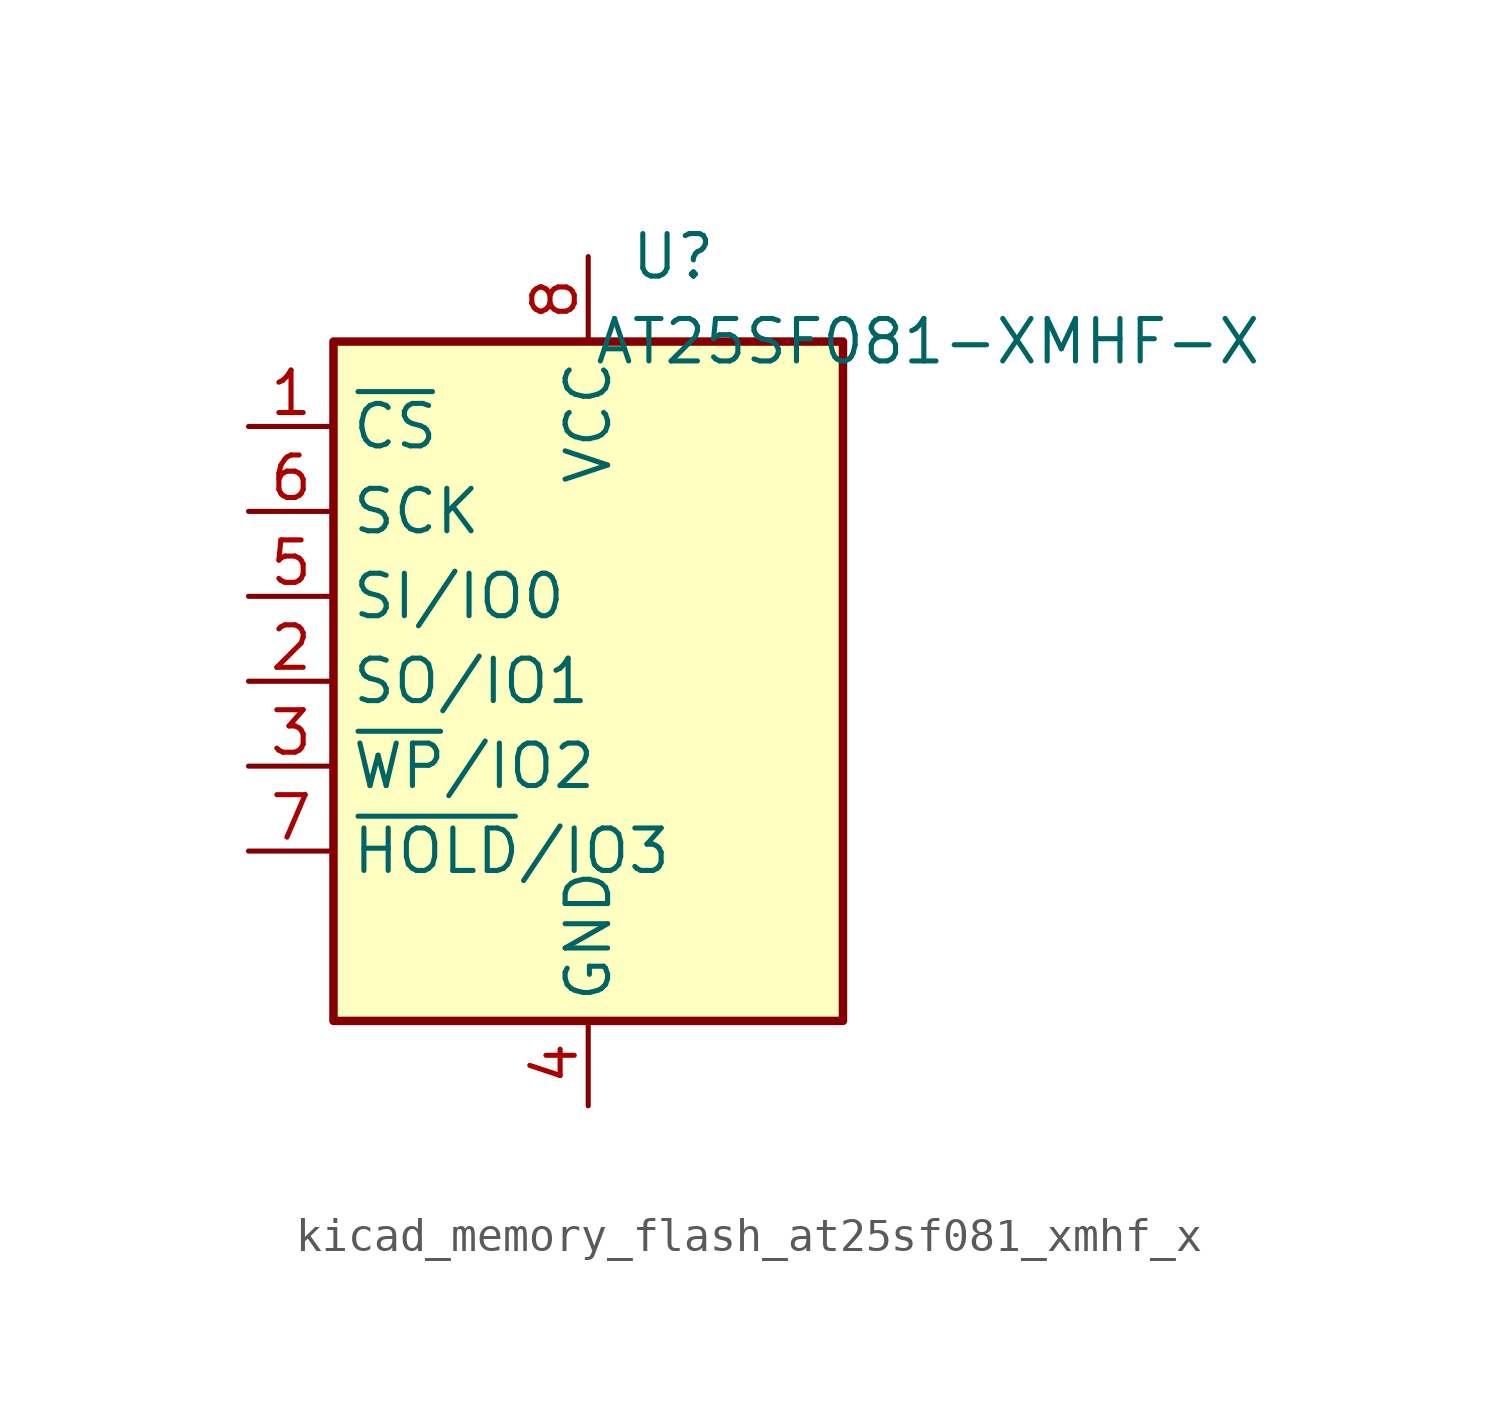
<source format=kicad_sym>
(kicad_symbol_lib
  (version 20220914)
  (generator kicad_symbol_editor)
  (symbol "kicad_memory_flash_at25sf081_xmhf_x"
    (property "Reference" "U"
      (at 2.54 12.7 0)
      (effects (font (size 1.27 1.27))))
    (property "Value" "AT25SF081-XMHF-X"
      (at 10.16 10.16 0)
      (effects (font (size 1.27 1.27))))
    (symbol "kicad_memory_flash_at25sf081_xmhf_x_0_1"
      (rectangle (start -7.62 10.16) (end 7.62 -10.16) (stroke (width 0.254) (type default)) (fill (type background))))
    (symbol "kicad_memory_flash_at25sf081_xmhf_x_1_1"
      (pin input line (at -10.16 7.62 0) (length 2.54) (name "~{CS}" (effects (font (size 1.27 1.27)))) (number "1" (effects (font (size 1.27 1.27)))))
      (pin bidirectional line (at -10.16 0 0) (length 2.54) (name "SO/IO1" (effects (font (size 1.27 1.27)))) (number "2" (effects (font (size 1.27 1.27)))))
      (pin bidirectional line (at -10.16 -2.54 0) (length 2.54) (name "~{WP}/IO2" (effects (font (size 1.27 1.27)))) (number "3" (effects (font (size 1.27 1.27)))))
      (pin power_in line (at 0 -12.7 90) (length 2.54) (name "GND" (effects (font (size 1.27 1.27)))) (number "4" (effects (font (size 1.27 1.27)))))
      (pin bidirectional line (at -10.16 2.54 0) (length 2.54) (name "SI/IO0" (effects (font (size 1.27 1.27)))) (number "5" (effects (font (size 1.27 1.27)))))
      (pin input line (at -10.16 5.08 0) (length 2.54) (name "SCK" (effects (font (size 1.27 1.27)))) (number "6" (effects (font (size 1.27 1.27)))))
      (pin bidirectional line (at -10.16 -5.08 0) (length 2.54) (name "~{HOLD}/IO3" (effects (font (size 1.27 1.27)))) (number "7" (effects (font (size 1.27 1.27)))))
      (pin power_in line (at 0 12.7 270) (length 2.54) (name "VCC" (effects (font (size 1.27 1.27)))) (number "8" (effects (font (size 1.27 1.27))))))))
</source>
